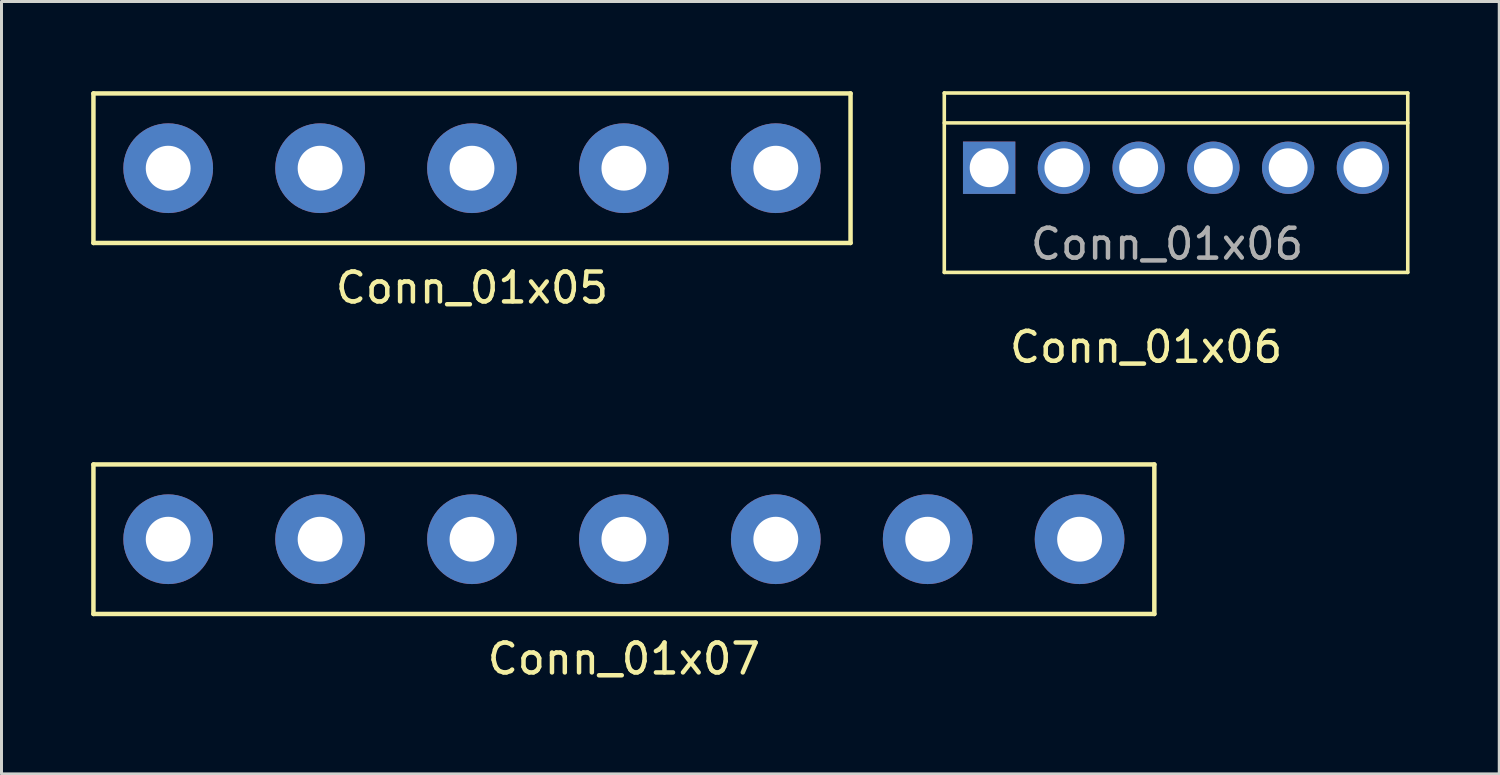
<source format=kicad_pcb>
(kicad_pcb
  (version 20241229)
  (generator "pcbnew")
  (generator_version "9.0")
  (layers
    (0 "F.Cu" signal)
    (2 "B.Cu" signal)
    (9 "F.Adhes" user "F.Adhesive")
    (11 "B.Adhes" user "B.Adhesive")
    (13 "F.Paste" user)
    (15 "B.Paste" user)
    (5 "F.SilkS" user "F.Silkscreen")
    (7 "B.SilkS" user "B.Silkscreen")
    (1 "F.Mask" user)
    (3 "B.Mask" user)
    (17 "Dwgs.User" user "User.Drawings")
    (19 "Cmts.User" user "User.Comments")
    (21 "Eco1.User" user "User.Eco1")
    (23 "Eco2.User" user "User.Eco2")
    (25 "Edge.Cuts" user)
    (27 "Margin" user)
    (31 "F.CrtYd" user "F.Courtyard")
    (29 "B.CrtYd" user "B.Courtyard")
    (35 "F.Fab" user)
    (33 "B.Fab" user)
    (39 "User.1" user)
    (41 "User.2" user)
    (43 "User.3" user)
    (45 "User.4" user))
  (footprint "Conn_01x06"
    (layer "F.Cu")
    (at 30.03 2.56)
    (property "Reference" "Conn_01x06" (at 5.25 6 0) (layer "F.SilkS") (effects (font (size 1 1) (thickness 0.15))))
    (attr through_hole)
    (fp_line (start -1.5 -2.5) (end -1.5 3.5) (stroke (width 0.12) (type solid)) (layer "F.SilkS"))
    (fp_line (start -1.5 -1.5) (end 14 -1.5) (stroke (width 0.12) (type solid)) (layer "F.SilkS"))
    (fp_line (start -1.5 3.5) (end 14 3.5) (stroke (width 0.12) (type solid)) (layer "F.SilkS"))
    (fp_line (start 14 -2.5) (end -1.5 -2.5) (stroke (width 0.12) (type solid)) (layer "F.SilkS"))
    (fp_line (start 14 -2.5) (end 14 3.5) (stroke (width 0.12) (type solid)) (layer "F.SilkS"))
    (fp_text user "${REFERENCE}" (at 5.95 2.55 0) (layer "F.Fab") (effects (font (size 1 1) (thickness 0.15))))
    (pad "1" thru_hole rect (at 0 0) (size 1.75 1.75) (drill 1.3) (layers "B.Cu" "B.Mask"))
    (pad "2" thru_hole circle (at 2.5 0) (size 1.75 1.75) (drill 1.3) (layers "B.Cu" "B.Mask"))
    (pad "3" thru_hole circle (at 5 0) (size 1.75 1.75) (drill 1.3) (layers "B.Cu" "B.Mask"))
    (pad "4" thru_hole circle (at 7.5 0) (size 1.75 1.75) (drill 1.3) (layers "B.Cu" "B.Mask"))
    (pad "5" thru_hole circle (at 10 0) (size 1.75 1.75) (drill 1.3) (layers "B.Cu" "B.Mask"))
    (pad "6" thru_hole circle (at 12.5 0) (size 1.75 1.75) (drill 1.3) (layers "B.Cu" "B.Mask")))
  (footprint "Conn_01x07"
    (layer "F.Cu")
    (at 2.575 14.983)
    (property "Reference" "Conn_01x07" (at 15.24 4 0) (layer "F.SilkS") (effects (font (size 1 1) (thickness 0.15))))
    (attr through_hole)
    (fp_line (start -2.5 -2.5) (end -2.5 2.5) (stroke (width 0.15) (type solid)) (layer "F.SilkS"))
    (fp_line (start -2.5 -2.5) (end 32.98 -2.5) (stroke (width 0.15) (type solid)) (layer "F.SilkS"))
    (fp_line (start -2.5 2.5) (end 32.98 2.5) (stroke (width 0.15) (type solid)) (layer "F.SilkS"))
    (fp_line (start 32.98 -2.5) (end 32.98 2.5) (stroke (width 0.15) (type solid)) (layer "F.SilkS"))
    (pad "1" thru_hole circle (at 0 0) (size 3 3) (drill 1.5) (layers "B.Cu" "B.Mask"))
    (pad "2" thru_hole circle (at 5.08 0) (size 3 3) (drill 1.5) (layers "B.Cu" "B.Mask"))
    (pad "3" thru_hole circle (at 10.16 0) (size 3 3) (drill 1.5) (layers "B.Cu" "B.Mask"))
    (pad "4" thru_hole circle (at 15.24 0) (size 3 3) (drill 1.5) (layers "B.Cu" "B.Mask"))
    (pad "5" thru_hole circle (at 20.32 0) (size 3 3) (drill 1.5) (layers "B.Cu" "B.Mask"))
    (pad "6" thru_hole circle (at 25.4 0) (size 3 3) (drill 1.5) (layers "B.Cu" "B.Mask"))
    (pad "7" thru_hole circle (at 30.48 0) (size 3 3) (drill 1.5) (layers "B.Cu" "B.Mask")))
  (footprint "Conn_01x05"
    (layer "F.Cu")
    (at 2.575 2.575)
    (property "Reference" "Conn_01x05" (at 10.16 4 0) (layer "F.SilkS") (effects (font (size 1 1) (thickness 0.15))))
    (attr through_hole)
    (fp_line (start -2.5 -2.5) (end -2.5 2.5) (stroke (width 0.15) (type solid)) (layer "F.SilkS"))
    (fp_line (start -2.5 -2.5) (end 22.82 -2.5) (stroke (width 0.15) (type solid)) (layer "F.SilkS"))
    (fp_line (start -2.5 2.5) (end 22.82 2.5) (stroke (width 0.15) (type solid)) (layer "F.SilkS"))
    (fp_line (start 22.82 -2.5) (end 22.82 2.5) (stroke (width 0.15) (type solid)) (layer "F.SilkS"))
    (pad "1" thru_hole circle (at 0 0) (size 3 3) (drill 1.5) (layers "B.Cu" "B.Mask"))
    (pad "2" thru_hole circle (at 5.08 0) (size 3 3) (drill 1.5) (layers "B.Cu" "B.Mask"))
    (pad "3" thru_hole circle (at 10.16 0) (size 3 3) (drill 1.5) (layers "B.Cu" "B.Mask"))
    (pad "4" thru_hole circle (at 15.24 0) (size 3 3) (drill 1.5) (layers "B.Cu" "B.Mask"))
    (pad "5" thru_hole circle (at 20.32 0) (size 3 3) (drill 1.5) (layers "B.Cu" "B.Mask")))
  (gr_rect
    (start -3 -3)
    (end 47.09 22.831)
    (stroke (width 0.1) (type default))
    (fill no)
    (layer "Edge.Cuts")))
</source>
